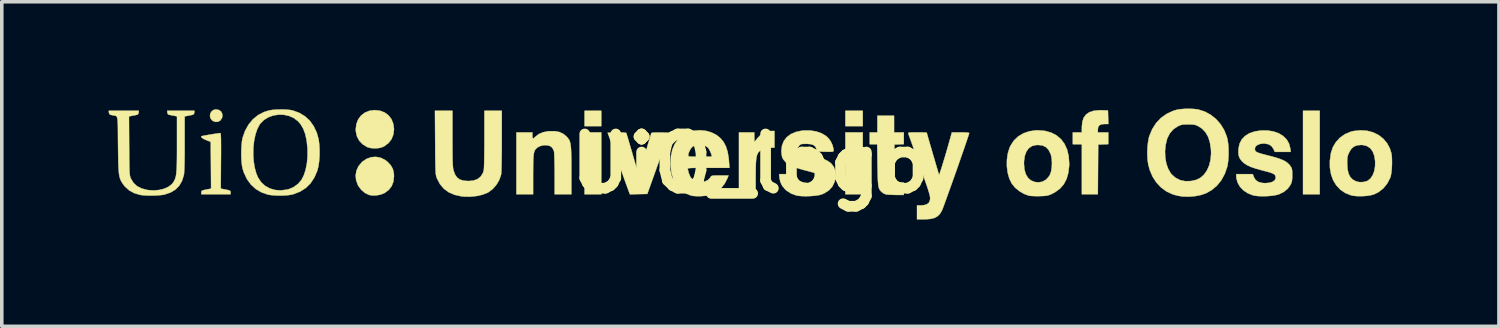
<source format=kicad_pcb>
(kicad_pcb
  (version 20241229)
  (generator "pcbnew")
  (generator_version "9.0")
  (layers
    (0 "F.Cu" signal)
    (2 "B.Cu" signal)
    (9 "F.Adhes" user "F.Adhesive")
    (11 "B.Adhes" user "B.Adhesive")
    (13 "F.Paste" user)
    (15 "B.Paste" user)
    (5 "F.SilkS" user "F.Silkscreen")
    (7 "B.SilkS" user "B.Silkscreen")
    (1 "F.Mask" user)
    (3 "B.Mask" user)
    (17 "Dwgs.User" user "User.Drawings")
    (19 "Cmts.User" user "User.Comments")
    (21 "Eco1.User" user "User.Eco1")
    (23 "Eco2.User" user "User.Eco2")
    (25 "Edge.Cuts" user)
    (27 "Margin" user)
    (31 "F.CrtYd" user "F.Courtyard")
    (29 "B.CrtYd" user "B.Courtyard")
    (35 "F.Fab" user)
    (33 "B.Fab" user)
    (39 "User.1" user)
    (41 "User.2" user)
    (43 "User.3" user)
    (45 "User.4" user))
  (footprint "UiO_logo"
    (layer "F.Cu")
    (at 18.022 1.548)
    (property "Reference" "UiO_logo" (at 0 0 0) (layer "F.SilkS") (effects (font (size 1.524 1.524) (thickness 0.3))))
    (attr through_hole)
    (fp_poly (pts (xy -4.181 -1.055) (xy -4.65 -1.055) (xy -4.65 -1.485) (xy -4.181 -1.485) (xy -4.181 -1.055)) (stroke (width 0.01) (type solid)) (fill yes) (layer "F.SilkS"))
    (fp_poly (pts (xy -4.181 0.86) (xy -4.65 0.86) (xy -4.65 -0.879) (xy -4.181 -0.879) (xy -4.181 0.86)) (stroke (width 0.01) (type solid)) (fill yes) (layer "F.SilkS"))
    (fp_poly (pts (xy 3.165 -1.055) (xy 2.677 -1.055) (xy 2.677 -1.485) (xy 3.165 -1.485) (xy 3.165 -1.055)) (stroke (width 0.01) (type solid)) (fill yes) (layer "F.SilkS"))
    (fp_poly (pts (xy 3.165 0.86) (xy 2.677 0.86) (xy 2.677 -0.879) (xy 3.165 -0.879) (xy 3.165 0.86)) (stroke (width 0.01) (type solid)) (fill yes) (layer "F.SilkS"))
    (fp_poly (pts (xy 16.002 0.86) (xy 15.533 0.86) (xy 15.533 -1.485) (xy 16.002 -1.485) (xy 16.002 0.86)) (stroke (width 0.01) (type solid)) (fill yes) (layer "F.SilkS"))
    (fp_poly (pts (xy -14.922 -1.508) (xy -14.861 -1.464) (xy -14.828 -1.399) (xy -14.826 -1.321) (xy -14.84 -1.276) (xy -14.885 -1.212) (xy -14.948 -1.177) (xy -15.022 -1.174) (xy -15.095 -1.203) (xy -15.116 -1.219) (xy -15.161 -1.279) (xy -15.174 -1.348) (xy -15.161 -1.416) (xy -15.123 -1.474) (xy -15.064 -1.513) (xy -15.005 -1.524) (xy -14.922 -1.508)) (stroke (width 0.01) (type solid)) (fill yes) (layer "F.SilkS"))
    (fp_poly (pts (xy 9.899 -1.5) (xy 10.053 -1.495) (xy 10.064 -1.114) (xy 9.956 -1.114) (xy 9.866 -1.105) (xy 9.808 -1.075) (xy 9.777 -1.022) (xy 9.769 -0.957) (xy 9.769 -0.879) (xy 10.062 -0.879) (xy 10.062 -0.549) (xy 9.921 -0.543) (xy 9.779 -0.537) (xy 9.774 0.161) (xy 9.769 0.86) (xy 9.32 0.86) (xy 9.32 -0.547) (xy 9.066 -0.547) (xy 9.066 -0.879) (xy 9.32 -0.879) (xy 9.32 -1.031) (xy 9.333 -1.174) (xy 9.371 -1.291) (xy 9.436 -1.38) (xy 9.529 -1.445) (xy 9.651 -1.485) (xy 9.804 -1.501) (xy 9.899 -1.5)) (stroke (width 0.01) (type solid)) (fill yes) (layer "F.SilkS"))
    (fp_poly (pts (xy -10.394 -1.487) (xy -10.265 -1.437) (xy -10.158 -1.358) (xy -10.077 -1.253) (xy -10.025 -1.125) (xy -10.004 -0.979) (xy -10.004 -0.967) (xy -10.022 -0.819) (xy -10.073 -0.689) (xy -10.157 -0.58) (xy -10.272 -0.494) (xy -10.325 -0.467) (xy -10.415 -0.441) (xy -10.524 -0.43) (xy -10.636 -0.436) (xy -10.733 -0.457) (xy -10.757 -0.467) (xy -10.883 -0.544) (xy -10.98 -0.645) (xy -11.045 -0.768) (xy -11.075 -0.908) (xy -11.078 -0.966) (xy -11.06 -1.114) (xy -11.01 -1.243) (xy -10.931 -1.35) (xy -10.826 -1.432) (xy -10.699 -1.484) (xy -10.553 -1.504) (xy -10.541 -1.504) (xy -10.394 -1.487)) (stroke (width 0.01) (type solid)) (fill yes) (layer "F.SilkS"))
    (fp_poly (pts (xy -10.379 -0.167) (xy -10.255 -0.106) (xy -10.179 -0.046) (xy -10.089 0.053) (xy -10.034 0.156) (xy -10.008 0.273) (xy -10.004 0.352) (xy -10.02 0.501) (xy -10.068 0.629) (xy -10.149 0.735) (xy -10.263 0.82) (xy -10.279 0.829) (xy -10.378 0.868) (xy -10.493 0.89) (xy -10.607 0.894) (xy -10.7 0.879) (xy -10.817 0.823) (xy -10.921 0.737) (xy -11.004 0.627) (xy -11.015 0.607) (xy -11.067 0.469) (xy -11.081 0.33) (xy -11.058 0.195) (xy -11 0.069) (xy -10.906 -0.042) (xy -10.893 -0.055) (xy -10.773 -0.136) (xy -10.644 -0.182) (xy -10.511 -0.192) (xy -10.379 -0.167)) (stroke (width 0.01) (type solid)) (fill yes) (layer "F.SilkS"))
    (fp_poly (pts (xy 0.684 -0.449) (xy 0.607 -0.449) (xy 0.498 -0.441) (xy 0.395 -0.417) (xy 0.31 -0.383) (xy 0.273 -0.358) (xy 0.24 -0.326) (xy 0.214 -0.288) (xy 0.194 -0.239) (xy 0.179 -0.175) (xy 0.168 -0.091) (xy 0.161 0.017) (xy 0.158 0.154) (xy 0.156 0.324) (xy 0.156 0.375) (xy 0.156 0.86) (xy -0.313 0.86) (xy -0.313 -0.879) (xy 0.117 -0.879) (xy 0.118 -0.738) (xy 0.12 -0.666) (xy 0.124 -0.629) (xy 0.131 -0.62) (xy 0.143 -0.634) (xy 0.198 -0.707) (xy 0.269 -0.782) (xy 0.344 -0.844) (xy 0.399 -0.878) (xy 0.494 -0.909) (xy 0.583 -0.918) (xy 0.684 -0.918) (xy 0.684 -0.449)) (stroke (width 0.01) (type solid)) (fill yes) (layer "F.SilkS"))
    (fp_poly (pts (xy -14.877 -0.851) (xy -14.872 -0.825) (xy -14.868 -0.776) (xy -14.865 -0.704) (xy -14.864 -0.604) (xy -14.863 -0.475) (xy -14.863 -0.312) (xy -14.864 -0.114) (xy -14.865 -0.08) (xy -14.87 0.7) (xy -14.757 0.723) (xy -14.678 0.739) (xy -14.631 0.751) (xy -14.606 0.765) (xy -14.597 0.784) (xy -14.595 0.81) (xy -14.595 0.86) (xy -15.416 0.86) (xy -15.416 0.81) (xy -15.414 0.783) (xy -15.404 0.764) (xy -15.379 0.751) (xy -15.329 0.738) (xy -15.254 0.723) (xy -15.142 0.701) (xy -15.152 -0.614) (xy -15.276 -0.661) (xy -15.353 -0.696) (xy -15.402 -0.729) (xy -15.419 -0.758) (xy -15.413 -0.771) (xy -15.393 -0.777) (xy -15.342 -0.787) (xy -15.27 -0.8) (xy -15.186 -0.814) (xy -15.098 -0.829) (xy -15.014 -0.842) (xy -14.944 -0.852) (xy -14.897 -0.859) (xy -14.883 -0.86) (xy -14.877 -0.851)) (stroke (width 0.01) (type solid)) (fill yes) (layer "F.SilkS"))
    (fp_poly (pts (xy 4.044 -0.879) (xy 4.318 -0.879) (xy 4.318 -0.549) (xy 4.186 -0.543) (xy 4.054 -0.537) (xy 4.054 -0.035) (xy 4.055 0.144) (xy 4.057 0.285) (xy 4.061 0.388) (xy 4.067 0.455) (xy 4.075 0.487) (xy 4.076 0.489) (xy 4.106 0.502) (xy 4.162 0.515) (xy 4.208 0.522) (xy 4.318 0.533) (xy 4.318 0.879) (xy 4.088 0.878) (xy 3.992 0.875) (xy 3.905 0.871) (xy 3.837 0.865) (xy 3.803 0.859) (xy 3.747 0.833) (xy 3.697 0.797) (xy 3.668 0.768) (xy 3.644 0.738) (xy 3.626 0.703) (xy 3.611 0.658) (xy 3.601 0.598) (xy 3.593 0.519) (xy 3.588 0.417) (xy 3.584 0.287) (xy 3.581 0.124) (xy 3.579 0.034) (xy 3.571 -0.547) (xy 3.361 -0.547) (xy 3.361 -0.879) (xy 3.576 -0.879) (xy 3.576 -1.348) (xy 4.044 -1.348) (xy 4.044 -0.879)) (stroke (width 0.01) (type solid)) (fill yes) (layer "F.SilkS"))
    (fp_poly (pts (xy -2.517 -0.875) (xy -2.272 -0.869) (xy -2.58 -0.01) (xy -2.887 0.85) (xy -3.132 0.855) (xy -3.376 0.861) (xy -3.408 0.777) (xy -3.421 0.741) (xy -3.446 0.673) (xy -3.481 0.576) (xy -3.525 0.455) (xy -3.575 0.316) (xy -3.631 0.161) (xy -3.69 -0.005) (xy -3.72 -0.088) (xy -4.001 -0.869) (xy -3.746 -0.875) (xy -3.643 -0.876) (xy -3.56 -0.874) (xy -3.503 -0.869) (xy -3.479 -0.862) (xy -3.479 -0.862) (xy -3.471 -0.839) (xy -3.454 -0.783) (xy -3.428 -0.699) (xy -3.397 -0.592) (xy -3.36 -0.466) (xy -3.319 -0.327) (xy -3.302 -0.265) (xy -3.26 -0.122) (xy -3.222 0.008) (xy -3.188 0.121) (xy -3.161 0.212) (xy -3.14 0.276) (xy -3.128 0.309) (xy -3.126 0.313) (xy -3.119 0.294) (xy -3.102 0.243) (xy -3.077 0.164) (xy -3.046 0.06) (xy -3.009 -0.063) (xy -2.969 -0.201) (xy -2.951 -0.265) (xy -2.909 -0.409) (xy -2.87 -0.542) (xy -2.836 -0.657) (xy -2.808 -0.751) (xy -2.787 -0.819) (xy -2.775 -0.857) (xy -2.773 -0.862) (xy -2.75 -0.869) (xy -2.694 -0.874) (xy -2.613 -0.876) (xy -2.517 -0.875)) (stroke (width 0.01) (type solid)) (fill yes) (layer "F.SilkS"))
    (fp_poly (pts (xy -5.483 -0.913) (xy -5.357 -0.889) (xy -5.251 -0.84) (xy -5.168 -0.773) (xy -5.132 -0.735) (xy -5.102 -0.698) (xy -5.078 -0.659) (xy -5.06 -0.611) (xy -5.046 -0.553) (xy -5.036 -0.478) (xy -5.029 -0.384) (xy -5.025 -0.266) (xy -5.022 -0.12) (xy -5.021 0.059) (xy -5.021 0.189) (xy -5.021 0.86) (xy -5.49 0.86) (xy -5.49 0.288) (xy -5.491 0.136) (xy -5.493 -0.004) (xy -5.496 -0.129) (xy -5.5 -0.232) (xy -5.504 -0.307) (xy -5.509 -0.35) (xy -5.51 -0.353) (xy -5.538 -0.415) (xy -5.578 -0.469) (xy -5.58 -0.47) (xy -5.642 -0.505) (xy -5.726 -0.52) (xy -5.818 -0.516) (xy -5.907 -0.491) (xy -5.947 -0.47) (xy -5.987 -0.444) (xy -6.018 -0.416) (xy -6.043 -0.383) (xy -6.062 -0.339) (xy -6.076 -0.281) (xy -6.085 -0.204) (xy -6.091 -0.104) (xy -6.094 0.025) (xy -6.095 0.185) (xy -6.096 0.298) (xy -6.096 0.86) (xy -6.565 0.86) (xy -6.565 -0.879) (xy -6.116 -0.879) (xy -6.116 -0.791) (xy -6.112 -0.731) (xy -6.099 -0.708) (xy -6.072 -0.719) (xy -6.036 -0.754) (xy -5.938 -0.831) (xy -5.812 -0.884) (xy -5.661 -0.912) (xy -5.637 -0.913) (xy -5.483 -0.913)) (stroke (width 0.01) (type solid)) (fill yes) (layer "F.SilkS"))
    (fp_poly (pts (xy -8.362 -0.707) (xy -8.362 -0.502) (xy -8.361 -0.332) (xy -8.36 -0.193) (xy -8.357 -0.082) (xy -8.354 0.006) (xy -8.349 0.075) (xy -8.344 0.127) (xy -8.337 0.168) (xy -8.333 0.184) (xy -8.291 0.301) (xy -8.233 0.387) (xy -8.155 0.445) (xy -8.051 0.477) (xy -7.917 0.488) (xy -7.912 0.488) (xy -7.771 0.475) (xy -7.657 0.433) (xy -7.569 0.364) (xy -7.507 0.265) (xy -7.484 0.198) (xy -7.479 0.161) (xy -7.474 0.088) (xy -7.471 -0.018) (xy -7.468 -0.152) (xy -7.466 -0.311) (xy -7.464 -0.493) (xy -7.464 -0.679) (xy -7.464 -1.485) (xy -6.975 -1.485) (xy -6.976 -0.63) (xy -6.976 -0.426) (xy -6.978 -0.24) (xy -6.98 -0.075) (xy -6.983 0.066) (xy -6.986 0.179) (xy -6.991 0.26) (xy -6.995 0.306) (xy -6.996 0.31) (xy -7.047 0.458) (xy -7.128 0.595) (xy -7.232 0.713) (xy -7.352 0.803) (xy -7.378 0.817) (xy -7.517 0.871) (xy -7.68 0.908) (xy -7.855 0.927) (xy -8.033 0.925) (xy -8.112 0.917) (xy -8.301 0.875) (xy -8.464 0.805) (xy -8.6 0.706) (xy -8.71 0.578) (xy -8.793 0.422) (xy -8.795 0.416) (xy -8.806 0.388) (xy -8.815 0.362) (xy -8.822 0.332) (xy -8.828 0.296) (xy -8.833 0.248) (xy -8.836 0.187) (xy -8.839 0.107) (xy -8.841 0.006) (xy -8.843 -0.121) (xy -8.845 -0.278) (xy -8.846 -0.468) (xy -8.847 -0.591) (xy -8.853 -1.485) (xy -8.362 -1.485) (xy -8.362 -0.707)) (stroke (width 0.01) (type solid)) (fill yes) (layer "F.SilkS"))
    (fp_poly (pts (xy 8.284 -0.921) (xy 8.458 -0.873) (xy 8.608 -0.795) (xy 8.734 -0.688) (xy 8.834 -0.554) (xy 8.906 -0.395) (xy 8.95 -0.211) (xy 8.964 -0.005) (xy 8.963 0.059) (xy 8.939 0.259) (xy 8.89 0.431) (xy 8.812 0.578) (xy 8.706 0.7) (xy 8.569 0.8) (xy 8.481 0.847) (xy 8.421 0.874) (xy 8.369 0.891) (xy 8.313 0.902) (xy 8.242 0.908) (xy 8.145 0.911) (xy 8.128 0.912) (xy 8.03 0.912) (xy 7.939 0.909) (xy 7.867 0.904) (xy 7.83 0.898) (xy 7.695 0.848) (xy 7.563 0.771) (xy 7.446 0.675) (xy 7.357 0.567) (xy 7.351 0.559) (xy 7.282 0.417) (xy 7.236 0.253) (xy 7.214 0.075) (xy 7.214 0.002) (xy 7.693 0.002) (xy 7.706 0.16) (xy 7.744 0.292) (xy 7.805 0.396) (xy 7.889 0.47) (xy 7.994 0.513) (xy 8.089 0.524) (xy 8.157 0.517) (xy 8.219 0.502) (xy 8.317 0.446) (xy 8.395 0.358) (xy 8.424 0.309) (xy 8.455 0.222) (xy 8.474 0.11) (xy 8.48 -0.013) (xy 8.473 -0.135) (xy 8.453 -0.243) (xy 8.441 -0.277) (xy 8.385 -0.388) (xy 8.31 -0.466) (xy 8.215 -0.511) (xy 8.097 -0.526) (xy 8.028 -0.523) (xy 7.918 -0.495) (xy 7.829 -0.434) (xy 7.762 -0.343) (xy 7.717 -0.221) (xy 7.695 -0.071) (xy 7.693 0.002) (xy 7.214 0.002) (xy 7.215 -0.106) (xy 7.239 -0.283) (xy 7.288 -0.445) (xy 7.316 -0.505) (xy 7.409 -0.648) (xy 7.529 -0.764) (xy 7.674 -0.851) (xy 7.841 -0.909) (xy 8.026 -0.936) (xy 8.089 -0.938) (xy 8.284 -0.921)) (stroke (width 0.01) (type solid)) (fill yes) (layer "F.SilkS"))
    (fp_poly (pts (xy 17.335 -0.924) (xy 17.504 -0.879) (xy 17.656 -0.804) (xy 17.787 -0.702) (xy 17.894 -0.575) (xy 17.974 -0.425) (xy 18.015 -0.291) (xy 18.027 -0.206) (xy 18.032 -0.099) (xy 18.032 0.02) (xy 18.026 0.14) (xy 18.015 0.251) (xy 17.999 0.342) (xy 17.985 0.391) (xy 17.899 0.557) (xy 17.789 0.693) (xy 17.654 0.799) (xy 17.526 0.862) (xy 17.433 0.888) (xy 17.315 0.905) (xy 17.184 0.913) (xy 17.055 0.912) (xy 16.94 0.901) (xy 16.881 0.888) (xy 16.72 0.824) (xy 16.582 0.731) (xy 16.469 0.611) (xy 16.381 0.467) (xy 16.321 0.302) (xy 16.289 0.119) (xy 16.287 -0.01) (xy 16.774 -0.01) (xy 16.783 0.148) (xy 16.81 0.275) (xy 16.858 0.373) (xy 16.929 0.446) (xy 17.023 0.497) (xy 17.03 0.5) (xy 17.124 0.519) (xy 17.229 0.515) (xy 17.326 0.49) (xy 17.348 0.48) (xy 17.427 0.418) (xy 17.49 0.325) (xy 17.534 0.209) (xy 17.558 0.073) (xy 17.559 -0.075) (xy 17.559 -0.075) (xy 17.535 -0.227) (xy 17.487 -0.348) (xy 17.416 -0.439) (xy 17.322 -0.498) (xy 17.207 -0.525) (xy 17.163 -0.527) (xy 17.047 -0.515) (xy 16.957 -0.477) (xy 16.884 -0.408) (xy 16.832 -0.322) (xy 16.805 -0.264) (xy 16.788 -0.214) (xy 16.778 -0.159) (xy 16.774 -0.088) (xy 16.774 -0.01) (xy 16.287 -0.01) (xy 16.287 -0.08) (xy 16.316 -0.291) (xy 16.318 -0.303) (xy 16.373 -0.466) (xy 16.46 -0.611) (xy 16.575 -0.734) (xy 16.714 -0.831) (xy 16.874 -0.897) (xy 16.96 -0.918) (xy 17.152 -0.938) (xy 17.335 -0.924)) (stroke (width 0.01) (type solid)) (fill yes) (layer "F.SilkS"))
    (fp_poly (pts (xy 12.454 -1.538) (xy 12.561 -1.527) (xy 12.587 -1.522) (xy 12.77 -1.465) (xy 12.938 -1.374) (xy 13.089 -1.254) (xy 13.218 -1.108) (xy 13.32 -0.94) (xy 13.393 -0.756) (xy 13.413 -0.674) (xy 13.432 -0.549) (xy 13.441 -0.403) (xy 13.441 -0.248) (xy 13.433 -0.1) (xy 13.416 0.031) (xy 13.405 0.083) (xy 13.335 0.286) (xy 13.237 0.466) (xy 13.113 0.619) (xy 12.963 0.744) (xy 12.807 0.831) (xy 12.667 0.879) (xy 12.505 0.912) (xy 12.333 0.927) (xy 12.166 0.923) (xy 12.114 0.917) (xy 12.023 0.901) (xy 11.925 0.877) (xy 11.871 0.86) (xy 11.699 0.781) (xy 11.545 0.669) (xy 11.413 0.529) (xy 11.306 0.363) (xy 11.226 0.175) (xy 11.185 0.021) (xy 11.165 -0.118) (xy 11.158 -0.276) (xy 11.16 -0.348) (xy 11.656 -0.348) (xy 11.663 -0.174) (xy 11.692 -0.008) (xy 11.743 0.141) (xy 11.814 0.265) (xy 11.841 0.299) (xy 11.952 0.397) (xy 12.081 0.462) (xy 12.226 0.492) (xy 12.384 0.488) (xy 12.532 0.455) (xy 12.649 0.398) (xy 12.75 0.309) (xy 12.833 0.192) (xy 12.895 0.052) (xy 12.935 -0.108) (xy 12.951 -0.283) (xy 12.947 -0.4) (xy 12.919 -0.59) (xy 12.87 -0.749) (xy 12.796 -0.879) (xy 12.698 -0.983) (xy 12.594 -1.051) (xy 12.541 -1.076) (xy 12.492 -1.092) (xy 12.434 -1.1) (xy 12.356 -1.103) (xy 12.308 -1.104) (xy 12.216 -1.103) (xy 12.151 -1.098) (xy 12.099 -1.086) (xy 12.047 -1.065) (xy 12.006 -1.045) (xy 11.887 -0.963) (xy 11.791 -0.852) (xy 11.723 -0.72) (xy 11.715 -0.696) (xy 11.673 -0.525) (xy 11.656 -0.348) (xy 11.16 -0.348) (xy 11.162 -0.439) (xy 11.178 -0.595) (xy 11.203 -0.731) (xy 11.214 -0.772) (xy 11.295 -0.968) (xy 11.404 -1.139) (xy 11.54 -1.284) (xy 11.702 -1.399) (xy 11.886 -1.484) (xy 11.986 -1.514) (xy 12.08 -1.53) (xy 12.199 -1.54) (xy 12.328 -1.543) (xy 12.454 -1.538)) (stroke (width 0.01) (type solid)) (fill yes) (layer "F.SilkS"))
    (fp_poly (pts (xy -13.032 -1.519) (xy -12.919 -1.508) (xy -12.851 -1.495) (xy -12.665 -1.428) (xy -12.503 -1.33) (xy -12.366 -1.203) (xy -12.256 -1.048) (xy -12.172 -0.867) (xy -12.122 -0.686) (xy -12.103 -0.545) (xy -12.094 -0.386) (xy -12.096 -0.22) (xy -12.108 -0.058) (xy -12.13 0.088) (xy -12.16 0.202) (xy -12.243 0.392) (xy -12.35 0.553) (xy -12.483 0.683) (xy -12.641 0.784) (xy -12.824 0.855) (xy -12.879 0.869) (xy -12.979 0.885) (xy -13.103 0.894) (xy -13.238 0.896) (xy -13.37 0.891) (xy -13.487 0.879) (xy -13.547 0.868) (xy -13.728 0.805) (xy -13.888 0.71) (xy -14.024 0.585) (xy -14.136 0.431) (xy -14.221 0.25) (xy -14.257 0.137) (xy -14.275 0.044) (xy -14.287 -0.077) (xy -14.293 -0.215) (xy -14.293 -0.262) (xy -13.958 -0.262) (xy -13.946 -0.07) (xy -13.917 0.113) (xy -13.871 0.278) (xy -13.825 0.387) (xy -13.738 0.518) (xy -13.626 0.622) (xy -13.493 0.696) (xy -13.344 0.739) (xy -13.181 0.751) (xy -13.009 0.728) (xy -12.944 0.711) (xy -12.817 0.654) (xy -12.701 0.568) (xy -12.608 0.462) (xy -12.605 0.457) (xy -12.538 0.329) (xy -12.486 0.171) (xy -12.45 -0.01) (xy -12.432 -0.205) (xy -12.433 -0.409) (xy -12.434 -0.43) (xy -12.456 -0.644) (xy -12.495 -0.827) (xy -12.552 -0.98) (xy -12.627 -1.108) (xy -12.703 -1.195) (xy -12.821 -1.284) (xy -12.955 -1.343) (xy -13.101 -1.374) (xy -13.251 -1.377) (xy -13.399 -1.353) (xy -13.538 -1.302) (xy -13.661 -1.225) (xy -13.762 -1.122) (xy -13.776 -1.102) (xy -13.844 -0.975) (xy -13.896 -0.82) (xy -13.933 -0.645) (xy -13.954 -0.456) (xy -13.958 -0.262) (xy -14.293 -0.262) (xy -14.293 -0.359) (xy -14.287 -0.497) (xy -14.276 -0.62) (xy -14.259 -0.716) (xy -14.258 -0.723) (xy -14.187 -0.924) (xy -14.089 -1.099) (xy -13.967 -1.247) (xy -13.822 -1.365) (xy -13.655 -1.451) (xy -13.519 -1.494) (xy -13.418 -1.511) (xy -13.295 -1.52) (xy -13.162 -1.523) (xy -13.032 -1.519)) (stroke (width 0.01) (type solid)) (fill yes) (layer "F.SilkS"))
    (fp_poly (pts (xy 6.026 -0.878) (xy 6.106 -0.873) (xy 6.148 -0.865) (xy 6.155 -0.858) (xy 6.148 -0.834) (xy 6.13 -0.776) (xy 6.101 -0.69) (xy 6.064 -0.579) (xy 6.019 -0.447) (xy 5.967 -0.299) (xy 5.911 -0.138) (xy 5.852 0.032) (xy 5.791 0.206) (xy 5.729 0.381) (xy 5.668 0.553) (xy 5.609 0.717) (xy 5.554 0.87) (xy 5.505 1.007) (xy 5.462 1.125) (xy 5.427 1.22) (xy 5.401 1.286) (xy 5.386 1.322) (xy 5.386 1.323) (xy 5.329 1.414) (xy 5.26 1.481) (xy 5.174 1.526) (xy 5.064 1.552) (xy 4.925 1.563) (xy 4.882 1.563) (xy 4.689 1.563) (xy 4.689 1.172) (xy 4.798 1.172) (xy 4.895 1.163) (xy 4.972 1.137) (xy 5.022 1.097) (xy 5.031 1.08) (xy 5.043 1.05) (xy 5.052 1.023) (xy 5.057 0.994) (xy 5.058 0.961) (xy 5.053 0.921) (xy 5.042 0.868) (xy 5.023 0.801) (xy 4.996 0.715) (xy 4.96 0.607) (xy 4.914 0.474) (xy 4.857 0.312) (xy 4.787 0.117) (xy 4.768 0.062) (xy 4.705 -0.115) (xy 4.646 -0.281) (xy 4.592 -0.433) (xy 4.544 -0.567) (xy 4.504 -0.679) (xy 4.473 -0.765) (xy 4.453 -0.822) (xy 4.444 -0.845) (xy 4.442 -0.859) (xy 4.45 -0.868) (xy 4.476 -0.874) (xy 4.524 -0.878) (xy 4.601 -0.879) (xy 4.697 -0.879) (xy 4.794 -0.879) (xy 4.875 -0.877) (xy 4.933 -0.874) (xy 4.961 -0.87) (xy 4.963 -0.869) (xy 4.968 -0.849) (xy 4.983 -0.796) (xy 5.005 -0.717) (xy 5.034 -0.618) (xy 5.067 -0.503) (xy 5.104 -0.378) (xy 5.141 -0.248) (xy 5.179 -0.121) (xy 5.214 0.001) (xy 5.246 0.109) (xy 5.273 0.2) (xy 5.294 0.268) (xy 5.306 0.307) (xy 5.308 0.313) (xy 5.315 0.301) (xy 5.332 0.257) (xy 5.357 0.183) (xy 5.388 0.085) (xy 5.424 -0.033) (xy 5.465 -0.167) (xy 5.508 -0.312) (xy 5.552 -0.465) (xy 5.596 -0.62) (xy 5.639 -0.773) (xy 5.648 -0.806) (xy 5.668 -0.879) (xy 5.911 -0.879) (xy 6.026 -0.878)) (stroke (width 0.01) (type solid)) (fill yes) (layer "F.SilkS"))
    (fp_poly (pts (xy 14.538 -0.932) (xy 14.706 -0.904) (xy 14.853 -0.852) (xy 14.976 -0.776) (xy 15.073 -0.68) (xy 15.141 -0.563) (xy 15.175 -0.43) (xy 15.175 -0.429) (xy 15.187 -0.332) (xy 14.741 -0.332) (xy 14.702 -0.415) (xy 14.646 -0.495) (xy 14.565 -0.545) (xy 14.459 -0.566) (xy 14.429 -0.567) (xy 14.331 -0.556) (xy 14.253 -0.526) (xy 14.201 -0.482) (xy 14.179 -0.426) (xy 14.187 -0.376) (xy 14.197 -0.355) (xy 14.213 -0.338) (xy 14.241 -0.321) (xy 14.285 -0.304) (xy 14.35 -0.283) (xy 14.442 -0.258) (xy 14.565 -0.226) (xy 14.611 -0.215) (xy 14.773 -0.171) (xy 14.901 -0.128) (xy 15.001 -0.085) (xy 15.078 -0.038) (xy 15.138 0.016) (xy 15.172 0.058) (xy 15.2 0.1) (xy 15.217 0.138) (xy 15.226 0.183) (xy 15.23 0.246) (xy 15.23 0.32) (xy 15.229 0.412) (xy 15.222 0.479) (xy 15.209 0.532) (xy 15.186 0.584) (xy 15.18 0.596) (xy 15.103 0.704) (xy 14.992 0.793) (xy 14.855 0.861) (xy 14.767 0.884) (xy 14.653 0.902) (xy 14.523 0.912) (xy 14.39 0.915) (xy 14.265 0.91) (xy 14.161 0.896) (xy 14.127 0.888) (xy 13.983 0.832) (xy 13.861 0.751) (xy 13.763 0.65) (xy 13.696 0.533) (xy 13.661 0.406) (xy 13.657 0.348) (xy 13.657 0.293) (xy 14.121 0.293) (xy 14.154 0.38) (xy 14.202 0.459) (xy 14.278 0.512) (xy 14.382 0.541) (xy 14.475 0.547) (xy 14.587 0.537) (xy 14.675 0.51) (xy 14.736 0.467) (xy 14.765 0.411) (xy 14.76 0.349) (xy 14.746 0.32) (xy 14.719 0.296) (xy 14.674 0.272) (xy 14.606 0.247) (xy 14.509 0.22) (xy 14.387 0.188) (xy 14.212 0.14) (xy 14.071 0.092) (xy 13.959 0.04) (xy 13.872 -0.017) (xy 13.806 -0.08) (xy 13.757 -0.149) (xy 13.728 -0.22) (xy 13.717 -0.306) (xy 13.721 -0.417) (xy 13.721 -0.421) (xy 13.75 -0.561) (xy 13.811 -0.68) (xy 13.904 -0.778) (xy 14.026 -0.854) (xy 14.176 -0.905) (xy 14.352 -0.932) (xy 14.354 -0.932) (xy 14.538 -0.932)) (stroke (width 0.01) (type solid)) (fill yes) (layer "F.SilkS"))
    (fp_poly (pts (xy -1.24 -0.922) (xy -1.084 -0.877) (xy -0.941 -0.804) (xy -0.832 -0.715) (xy -0.746 -0.612) (xy -0.681 -0.49) (xy -0.634 -0.344) (xy -0.603 -0.17) (xy -0.593 -0.058) (xy -0.58 0.117) (xy -1.171 0.117) (xy -1.338 0.117) (xy -1.471 0.118) (xy -1.572 0.119) (xy -1.646 0.121) (xy -1.697 0.124) (xy -1.73 0.129) (xy -1.747 0.135) (xy -1.753 0.143) (xy -1.752 0.151) (xy -1.742 0.19) (xy -1.727 0.249) (xy -1.719 0.277) (xy -1.675 0.38) (xy -1.602 0.456) (xy -1.503 0.503) (xy -1.485 0.508) (xy -1.377 0.519) (xy -1.275 0.502) (xy -1.188 0.461) (xy -1.124 0.399) (xy -1.114 0.382) (xy -1.102 0.361) (xy -1.086 0.347) (xy -1.06 0.339) (xy -1.016 0.334) (xy -0.947 0.332) (xy -0.847 0.332) (xy -0.606 0.332) (xy -0.639 0.415) (xy -0.714 0.561) (xy -0.817 0.689) (xy -0.939 0.792) (xy -1.071 0.862) (xy -1.159 0.887) (xy -1.27 0.904) (xy -1.392 0.913) (xy -1.511 0.913) (xy -1.614 0.905) (xy -1.675 0.891) (xy -1.835 0.82) (xy -1.97 0.72) (xy -2.077 0.593) (xy -2.158 0.439) (xy -2.21 0.26) (xy -2.233 0.057) (xy -2.235 0) (xy -2.223 -0.209) (xy -2.217 -0.239) (xy -1.738 -0.239) (xy -1.738 -0.223) (xy -1.731 -0.212) (xy -1.714 -0.204) (xy -1.68 -0.199) (xy -1.624 -0.197) (xy -1.541 -0.196) (xy -1.424 -0.195) (xy -1.407 -0.195) (xy -1.298 -0.196) (xy -1.204 -0.197) (xy -1.131 -0.198) (xy -1.086 -0.2) (xy -1.075 -0.202) (xy -1.084 -0.252) (xy -1.109 -0.318) (xy -1.141 -0.386) (xy -1.174 -0.44) (xy -1.187 -0.454) (xy -1.266 -0.505) (xy -1.365 -0.531) (xy -1.47 -0.53) (xy -1.57 -0.503) (xy -1.614 -0.479) (xy -1.657 -0.435) (xy -1.698 -0.369) (xy -1.728 -0.296) (xy -1.738 -0.239) (xy -2.217 -0.239) (xy -2.186 -0.39) (xy -2.121 -0.546) (xy -2.029 -0.68) (xy -1.991 -0.721) (xy -1.867 -0.818) (xy -1.723 -0.887) (xy -1.566 -0.927) (xy -1.403 -0.939) (xy -1.24 -0.922)) (stroke (width 0.01) (type solid)) (fill yes) (layer "F.SilkS"))
    (fp_poly (pts (xy 1.86 -0.905) (xy 2.011 -0.852) (xy 2.138 -0.775) (xy 2.207 -0.709) (xy 2.269 -0.621) (xy 2.316 -0.519) (xy 2.342 -0.418) (xy 2.345 -0.377) (xy 2.343 -0.357) (xy 2.336 -0.344) (xy 2.315 -0.337) (xy 2.274 -0.334) (xy 2.206 -0.334) (xy 2.118 -0.336) (xy 1.891 -0.342) (xy 1.868 -0.408) (xy 1.835 -0.476) (xy 1.785 -0.521) (xy 1.711 -0.547) (xy 1.608 -0.557) (xy 1.579 -0.557) (xy 1.5 -0.556) (xy 1.45 -0.551) (xy 1.417 -0.54) (xy 1.391 -0.519) (xy 1.376 -0.502) (xy 1.338 -0.447) (xy 1.333 -0.402) (xy 1.362 -0.356) (xy 1.374 -0.344) (xy 1.406 -0.321) (xy 1.457 -0.298) (xy 1.534 -0.274) (xy 1.642 -0.246) (xy 1.692 -0.234) (xy 1.863 -0.192) (xy 2.001 -0.151) (xy 2.11 -0.11) (xy 2.195 -0.067) (xy 2.261 -0.021) (xy 2.282 -0.001) (xy 2.351 0.089) (xy 2.391 0.198) (xy 2.401 0.33) (xy 2.399 0.379) (xy 2.37 0.523) (xy 2.308 0.647) (xy 2.214 0.749) (xy 2.087 0.83) (xy 2.013 0.862) (xy 1.934 0.884) (xy 1.828 0.9) (xy 1.705 0.91) (xy 1.578 0.914) (xy 1.456 0.912) (xy 1.352 0.902) (xy 1.299 0.892) (xy 1.147 0.836) (xy 1.022 0.755) (xy 0.974 0.71) (xy 0.895 0.611) (xy 0.848 0.509) (xy 0.826 0.398) (xy 0.815 0.293) (xy 1.281 0.293) (xy 1.31 0.376) (xy 1.337 0.435) (xy 1.379 0.476) (xy 1.426 0.503) (xy 1.517 0.534) (xy 1.627 0.547) (xy 1.737 0.543) (xy 1.815 0.525) (xy 1.874 0.489) (xy 1.91 0.436) (xy 1.921 0.376) (xy 1.906 0.32) (xy 1.863 0.277) (xy 1.862 0.276) (xy 1.83 0.265) (xy 1.769 0.247) (xy 1.686 0.224) (xy 1.588 0.198) (xy 1.55 0.189) (xy 1.361 0.136) (xy 1.209 0.081) (xy 1.089 0.022) (xy 0.999 -0.042) (xy 0.936 -0.115) (xy 0.906 -0.17) (xy 0.892 -0.223) (xy 0.882 -0.298) (xy 0.879 -0.366) (xy 0.897 -0.511) (xy 0.948 -0.638) (xy 1.03 -0.745) (xy 1.142 -0.829) (xy 1.282 -0.89) (xy 1.449 -0.926) (xy 1.504 -0.932) (xy 1.69 -0.932) (xy 1.86 -0.905)) (stroke (width 0.01) (type solid)) (fill yes) (layer "F.SilkS"))
    (fp_poly (pts (xy -17.178 -1.432) (xy -17.187 -1.398) (xy -17.211 -1.378) (xy -17.262 -1.365) (xy -17.272 -1.363) (xy -17.337 -1.351) (xy -17.392 -1.34) (xy -17.405 -1.337) (xy -17.449 -1.327) (xy -17.444 -0.503) (xy -17.442 -0.301) (xy -17.441 -0.136) (xy -17.439 -0.001) (xy -17.437 0.106) (xy -17.435 0.19) (xy -17.431 0.255) (xy -17.427 0.303) (xy -17.421 0.34) (xy -17.414 0.369) (xy -17.405 0.395) (xy -17.394 0.42) (xy -17.392 0.425) (xy -17.321 0.54) (xy -17.225 0.629) (xy -17.1 0.694) (xy -16.945 0.736) (xy -16.904 0.742) (xy -16.748 0.752) (xy -16.598 0.738) (xy -16.46 0.704) (xy -16.341 0.65) (xy -16.248 0.579) (xy -16.213 0.537) (xy -16.187 0.496) (xy -16.165 0.455) (xy -16.147 0.409) (xy -16.132 0.355) (xy -16.121 0.289) (xy -16.113 0.206) (xy -16.107 0.104) (xy -16.103 -0.023) (xy -16.101 -0.178) (xy -16.1 -0.364) (xy -16.1 -0.551) (xy -16.1 -1.328) (xy -16.144 -1.339) (xy -16.19 -1.348) (xy -16.254 -1.36) (xy -16.276 -1.364) (xy -16.331 -1.376) (xy -16.358 -1.394) (xy -16.369 -1.425) (xy -16.37 -1.432) (xy -16.376 -1.485) (xy -15.609 -1.485) (xy -15.615 -1.432) (xy -15.624 -1.398) (xy -15.648 -1.378) (xy -15.699 -1.365) (xy -15.709 -1.363) (xy -15.773 -1.351) (xy -15.828 -1.34) (xy -15.841 -1.337) (xy -15.885 -1.328) (xy -15.885 -0.557) (xy -15.885 -0.333) (xy -15.887 -0.138) (xy -15.89 0.025) (xy -15.894 0.156) (xy -15.899 0.251) (xy -15.905 0.31) (xy -15.907 0.317) (xy -15.958 0.481) (xy -16.036 0.617) (xy -16.142 0.726) (xy -16.277 0.808) (xy -16.44 0.864) (xy -16.468 0.871) (xy -16.555 0.883) (xy -16.667 0.892) (xy -16.793 0.895) (xy -16.919 0.895) (xy -17.034 0.889) (xy -17.124 0.879) (xy -17.135 0.877) (xy -17.302 0.827) (xy -17.446 0.748) (xy -17.564 0.641) (xy -17.612 0.578) (xy -17.644 0.531) (xy -17.67 0.487) (xy -17.691 0.442) (xy -17.708 0.392) (xy -17.721 0.333) (xy -17.732 0.261) (xy -17.739 0.172) (xy -17.745 0.062) (xy -17.749 -0.073) (xy -17.752 -0.238) (xy -17.755 -0.436) (xy -17.756 -0.533) (xy -17.758 -0.731) (xy -17.759 -0.894) (xy -17.76 -1.025) (xy -17.763 -1.128) (xy -17.767 -1.206) (xy -17.774 -1.263) (xy -17.784 -1.302) (xy -17.798 -1.327) (xy -17.817 -1.342) (xy -17.841 -1.35) (xy -17.871 -1.355) (xy -17.908 -1.36) (xy -17.927 -1.364) (xy -17.978 -1.378) (xy -18.003 -1.4) (xy -18.011 -1.432) (xy -18.017 -1.485) (xy -17.172 -1.485) (xy -17.178 -1.432)) (stroke (width 0.01) (type solid)) (fill yes) (layer "F.SilkS")))
  (gr_rect
    (start -3 -3)
    (end 39.059 6.116)
    (stroke (width 0.1) (type default))
    (fill no)
    (layer "Edge.Cuts")))
</source>
